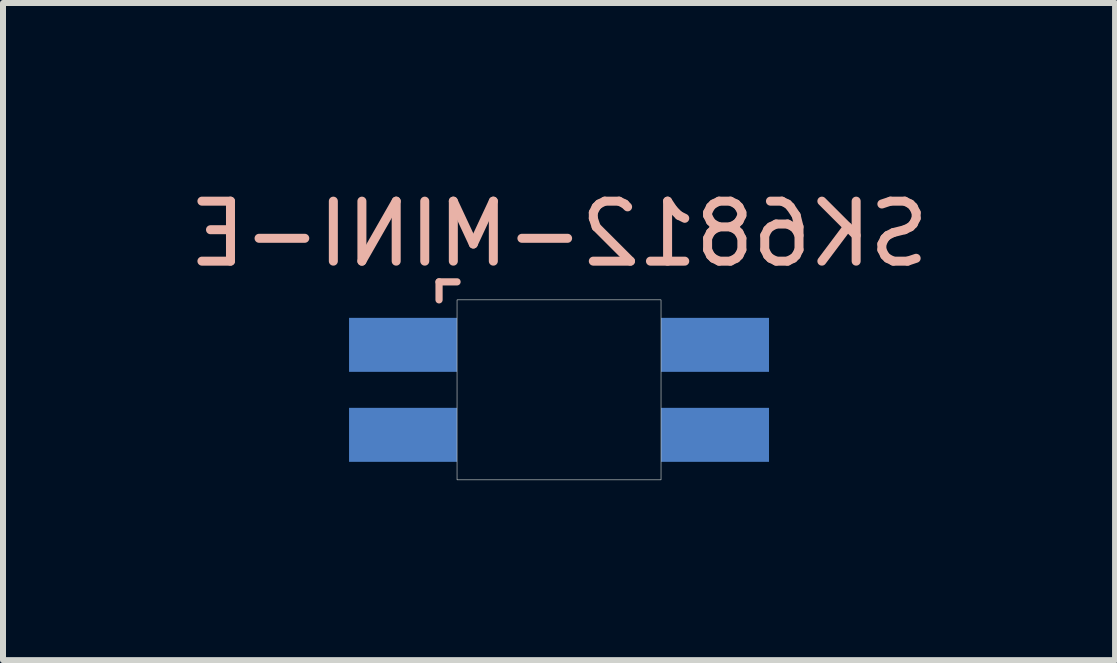
<source format=kicad_pcb>
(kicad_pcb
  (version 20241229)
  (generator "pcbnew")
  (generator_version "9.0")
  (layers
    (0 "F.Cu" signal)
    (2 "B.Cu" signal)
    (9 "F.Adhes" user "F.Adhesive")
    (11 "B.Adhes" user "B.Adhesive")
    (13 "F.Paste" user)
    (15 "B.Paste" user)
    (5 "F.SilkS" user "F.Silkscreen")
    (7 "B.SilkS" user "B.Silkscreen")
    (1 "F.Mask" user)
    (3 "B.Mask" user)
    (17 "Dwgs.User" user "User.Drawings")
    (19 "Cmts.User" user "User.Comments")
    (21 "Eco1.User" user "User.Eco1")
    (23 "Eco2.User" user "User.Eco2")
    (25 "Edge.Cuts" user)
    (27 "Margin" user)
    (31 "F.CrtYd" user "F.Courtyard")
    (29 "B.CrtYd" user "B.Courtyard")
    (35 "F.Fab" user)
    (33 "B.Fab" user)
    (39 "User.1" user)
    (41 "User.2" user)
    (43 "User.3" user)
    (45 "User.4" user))
  (footprint "SK6812-MINI-E"
    (layer "F.Cu")
    (at 6.268 3.448)
    (property "Reference" "SK6812-MINI-E" (at 0 -2.6 0) (layer "B.SilkS") (effects (font (size 1 1) (thickness 0.15)) (justify mirror)))
    (attr smd)
    (fp_line (start -2 -1.8) (end -2 -1.5) (stroke (width 0.12) (type solid)) (layer "B.SilkS"))
    (fp_line (start -1.7 -1.8) (end -2 -1.8) (stroke (width 0.12) (type solid)) (layer "B.SilkS"))
    (fp_poly (pts (xy 1.7 1.5) (xy -1.7 1.5) (xy -1.7 -1.5) (xy 1.7 -1.5)) (stroke (width 0.01) (type solid)) (fill no) (layer "Edge.Cuts"))
    (pad "1" smd rect (at -2.6 -0.75) (size 1.8 0.9) (layers "B.Cu" "B.Mask" "B.Paste"))
    (pad "2" smd rect (at -2.6 0.75) (size 1.8 0.9) (layers "B.Cu" "B.Mask" "B.Paste"))
    (pad "3" smd rect (at 2.6 0.75) (size 1.8 0.9) (layers "B.Cu" "B.Mask" "B.Paste"))
    (pad "4" smd rect (at 2.6 -0.75) (size 1.8 0.9) (layers "B.Cu" "B.Mask" "B.Paste")))
  (gr_rect
    (start -3 -3)
    (end 15.536 7.953)
    (stroke (width 0.1) (type default))
    (fill no)
    (layer "Edge.Cuts")))
</source>
